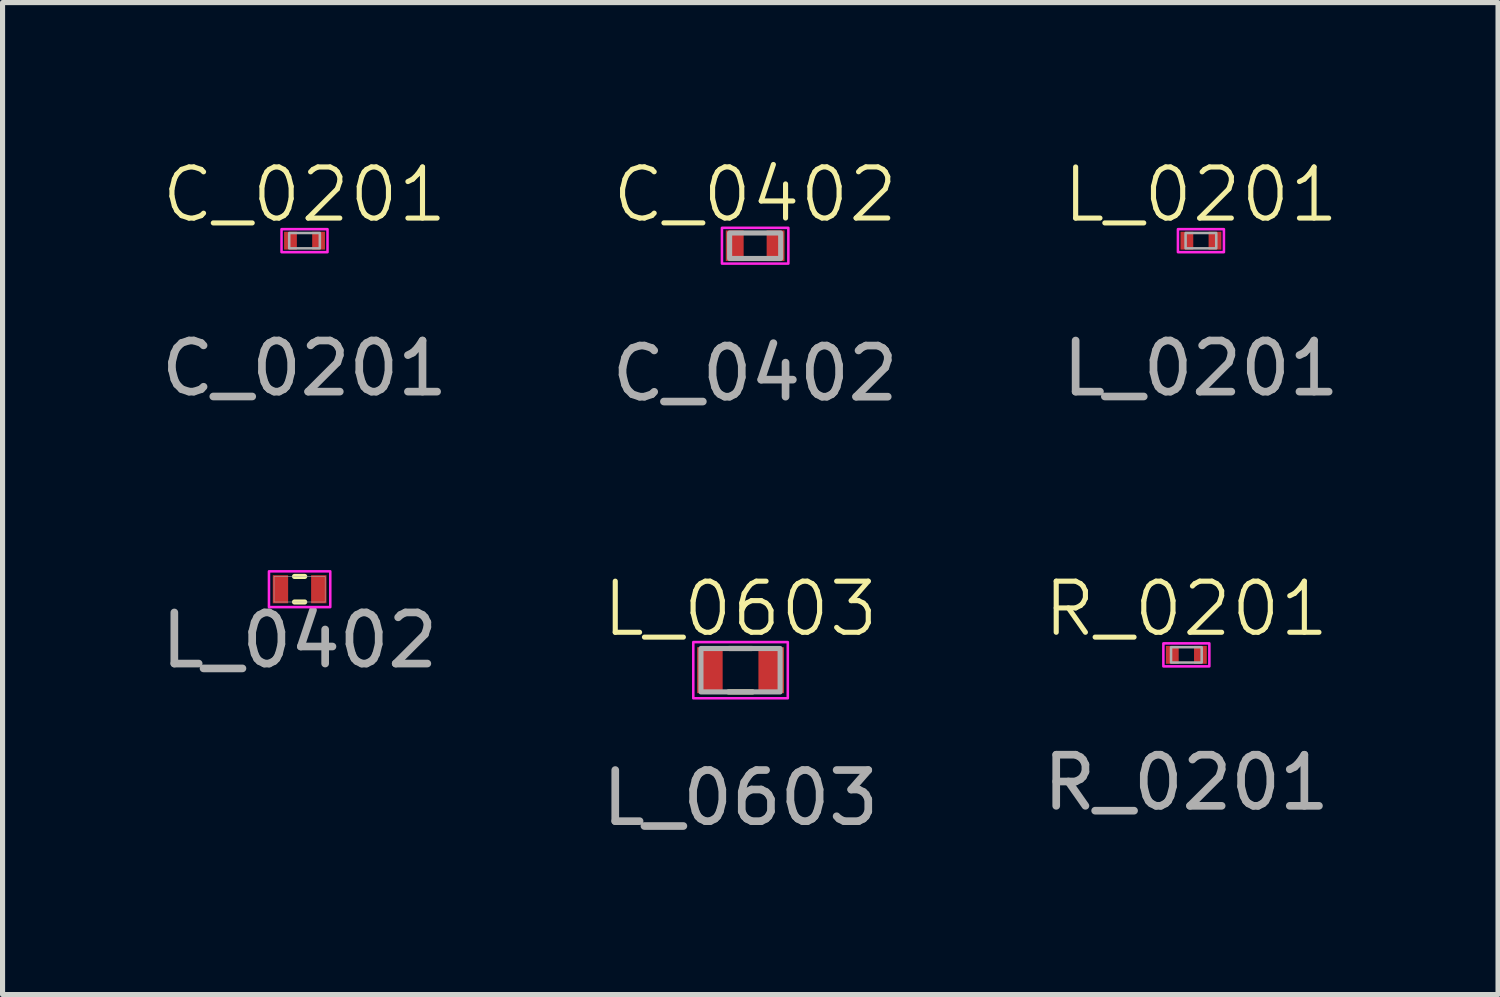
<source format=kicad_pcb>
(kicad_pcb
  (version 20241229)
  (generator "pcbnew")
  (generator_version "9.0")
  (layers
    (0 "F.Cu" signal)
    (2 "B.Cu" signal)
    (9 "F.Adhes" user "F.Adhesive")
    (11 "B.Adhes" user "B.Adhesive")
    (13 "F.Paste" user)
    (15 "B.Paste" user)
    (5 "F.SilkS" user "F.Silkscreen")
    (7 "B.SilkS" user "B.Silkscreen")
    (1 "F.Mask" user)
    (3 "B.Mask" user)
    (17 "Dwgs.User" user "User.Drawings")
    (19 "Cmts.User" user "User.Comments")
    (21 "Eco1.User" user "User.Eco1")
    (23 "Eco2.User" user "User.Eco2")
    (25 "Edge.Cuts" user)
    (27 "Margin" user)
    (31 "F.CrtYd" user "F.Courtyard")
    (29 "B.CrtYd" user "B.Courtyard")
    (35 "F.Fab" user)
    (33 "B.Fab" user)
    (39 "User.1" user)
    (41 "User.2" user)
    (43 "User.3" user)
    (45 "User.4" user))
  (footprint "R_0201"
    (layer "F.Cu")
    (at 20.173 9.769)
    (property "Reference" "R_0201" (at 0 -0.9 0) (unlocked yes) (layer "F.SilkS") (effects (font (size 1 1) (thickness 0.1))))
    (attr smd)
    (fp_rect (start -0.45 -0.225) (end 0.45 0.225) (stroke (width 0.05) (type default)) (fill no) (layer "F.CrtYd"))
    (fp_rect (start -0.3 -0.15) (end 0.3 0.15) (stroke (width 0.05) (type default)) (fill no) (layer "F.Fab"))
    (fp_text user "${REFERENCE}" (at 0 2.5 0) (unlocked yes) (layer "F.Fab") (effects (font (size 1 1) (thickness 0.15))))
    (pad "1" smd rect (at -0.275 0) (size 0.25 0.35) (layers "F.Cu" "F.Mask" "F.Paste"))
    (pad "2" smd rect (at 0.275 0) (size 0.25 0.35) (layers "F.Cu" "F.Mask" "F.Paste")))
  (footprint "C_0402"
    (layer "F.Cu")
    (at 11.732 1.76)
    (property "Reference" "C_0402" (at 0 -1 0) (unlocked yes) (layer "F.SilkS") (effects (font (size 1 1) (thickness 0.1))))
    (attr smd)
    (fp_rect (start -0.65 -0.35) (end 0.65 0.35) (stroke (width 0.05) (type default)) (fill no) (layer "F.CrtYd"))
    (fp_rect (start -0.5 -0.25) (end 0.5 0.25) (stroke (width 0.1) (type default)) (fill no) (layer "F.Fab"))
    (fp_text user "${REFERENCE}" (at 0 2.5 0) (unlocked yes) (layer "F.Fab") (effects (font (size 1 1) (thickness 0.15))))
    (pad "1" smd rect (at -0.4 0) (size 0.35 0.6) (layers "F.Cu" "F.Mask" "F.Paste"))
    (pad "2" smd rect (at 0.4 0) (size 0.35 0.6) (layers "F.Cu" "F.Mask" "F.Paste")))
  (footprint "L_0201"
    (layer "F.Cu")
    (at 20.458 1.661)
    (property "Reference" "L_0201" (at 0 -0.9 0) (unlocked yes) (layer "F.SilkS") (effects (font (size 1 1) (thickness 0.1))))
    (attr smd)
    (fp_rect (start -0.45 -0.225) (end 0.45 0.225) (stroke (width 0.05) (type default)) (fill no) (layer "F.CrtYd"))
    (fp_rect (start -0.3 -0.15) (end 0.3 0.15) (stroke (width 0.05) (type default)) (fill no) (layer "F.Fab"))
    (fp_text user "${REFERENCE}" (at 0 2.5 0) (unlocked yes) (layer "F.Fab") (effects (font (size 1 1) (thickness 0.15))))
    (pad "1" smd rect (at -0.275 0) (size 0.25 0.35) (layers "F.Cu" "F.Mask" "F.Paste"))
    (pad "2" smd rect (at 0.275 0) (size 0.25 0.35) (layers "F.Cu" "F.Mask" "F.Paste")))
  (footprint "L_0603"
    (layer "F.Cu")
    (at 11.446 10.069)
    (property "Reference" "L_0603" (at 0 -1.2 0) (unlocked yes) (layer "F.SilkS") (effects (font (size 1 1) (thickness 0.1))))
    (attr smd)
    (fp_line (start -0.237 0.425) (end 0.237 0.425) (stroke (width 0.1) (type default)) (layer "F.SilkS"))
    (fp_line (start -0.225 -0.425) (end 0.225 -0.425) (stroke (width 0.1) (type default)) (layer "F.SilkS"))
    (fp_rect (start -0.925 -0.55) (end 0.925 0.55) (stroke (width 0.05) (type default)) (fill no) (layer "F.CrtYd"))
    (fp_rect (start -0.775 -0.425) (end 0.775 0.425) (stroke (width 0.1) (type default)) (fill no) (layer "F.Fab"))
    (fp_text user "${REFERENCE}" (at 0 2.5 0) (unlocked yes) (layer "F.Fab") (effects (font (size 1 1) (thickness 0.15))))
    (pad "1" smd rect (at -0.6 0) (size 0.5 0.9) (layers "F.Cu" "F.Mask" "F.Paste"))
    (pad "2" smd rect (at 0.6 0) (size 0.5 0.9) (layers "F.Cu" "F.Mask" "F.Paste")))
  (footprint "C_0201"
    (layer "F.Cu")
    (at 2.911 1.661)
    (property "Reference" "C_0201" (at 0 -0.9 0) (unlocked yes) (layer "F.SilkS") (effects (font (size 1 1) (thickness 0.1))))
    (attr smd)
    (fp_rect (start -0.45 -0.225) (end 0.45 0.225) (stroke (width 0.05) (type default)) (fill no) (layer "F.CrtYd"))
    (fp_rect (start -0.3 -0.15) (end 0.3 0.15) (stroke (width 0.05) (type default)) (fill no) (layer "F.Fab"))
    (fp_text user "${REFERENCE}" (at 0 2.5 0) (unlocked yes) (layer "F.Fab") (effects (font (size 1 1) (thickness 0.15))))
    (pad "1" smd rect (at -0.275 0) (size 0.25 0.35) (layers "F.Cu" "F.Mask" "F.Paste"))
    (pad "2" smd rect (at 0.275 0) (size 0.25 0.35) (layers "F.Cu" "F.Mask" "F.Paste")))
  (footprint "L_0402"
    (layer "F.Cu")
    (at 2.815 8.484)
    (property "Reference" "L_0402" (at 0 1 0) (unlocked yes) (layer "F.SilkS") (effects (font (size 1 1) (thickness 0.1))))
    (attr smd)
    (fp_line (start -0.1 -0.25) (end 0.1 -0.25) (stroke (width 0.1) (type default)) (layer "F.SilkS"))
    (fp_line (start -0.1 0.25) (end 0.1 0.25) (stroke (width 0.1) (type default)) (layer "F.SilkS"))
    (fp_rect (start -0.6 -0.35) (end 0.6 0.35) (stroke (width 0.05) (type default)) (fill no) (layer "F.CrtYd"))
    (fp_rect (start -0.5 -0.25) (end 0.5 0.25) (stroke (width 0.01) (type default)) (fill no) (layer "F.Fab"))
    (fp_text user "${REFERENCE}" (at 0 1 0) (unlocked yes) (layer "F.Fab") (effects (font (size 1 1) (thickness 0.15))))
    (pad "1" smd rect (at -0.375 0) (size 0.3 0.55) (layers "F.Cu" "F.Mask" "F.Paste"))
    (pad "2" smd rect (at 0.375 0) (size 0.3 0.55) (layers "F.Cu" "F.Mask" "F.Paste")))
  (gr_rect
    (start -3 -3)
    (end 26.274 16.418)
    (stroke (width 0.1) (type default))
    (fill no)
    (layer "Edge.Cuts")))
</source>
